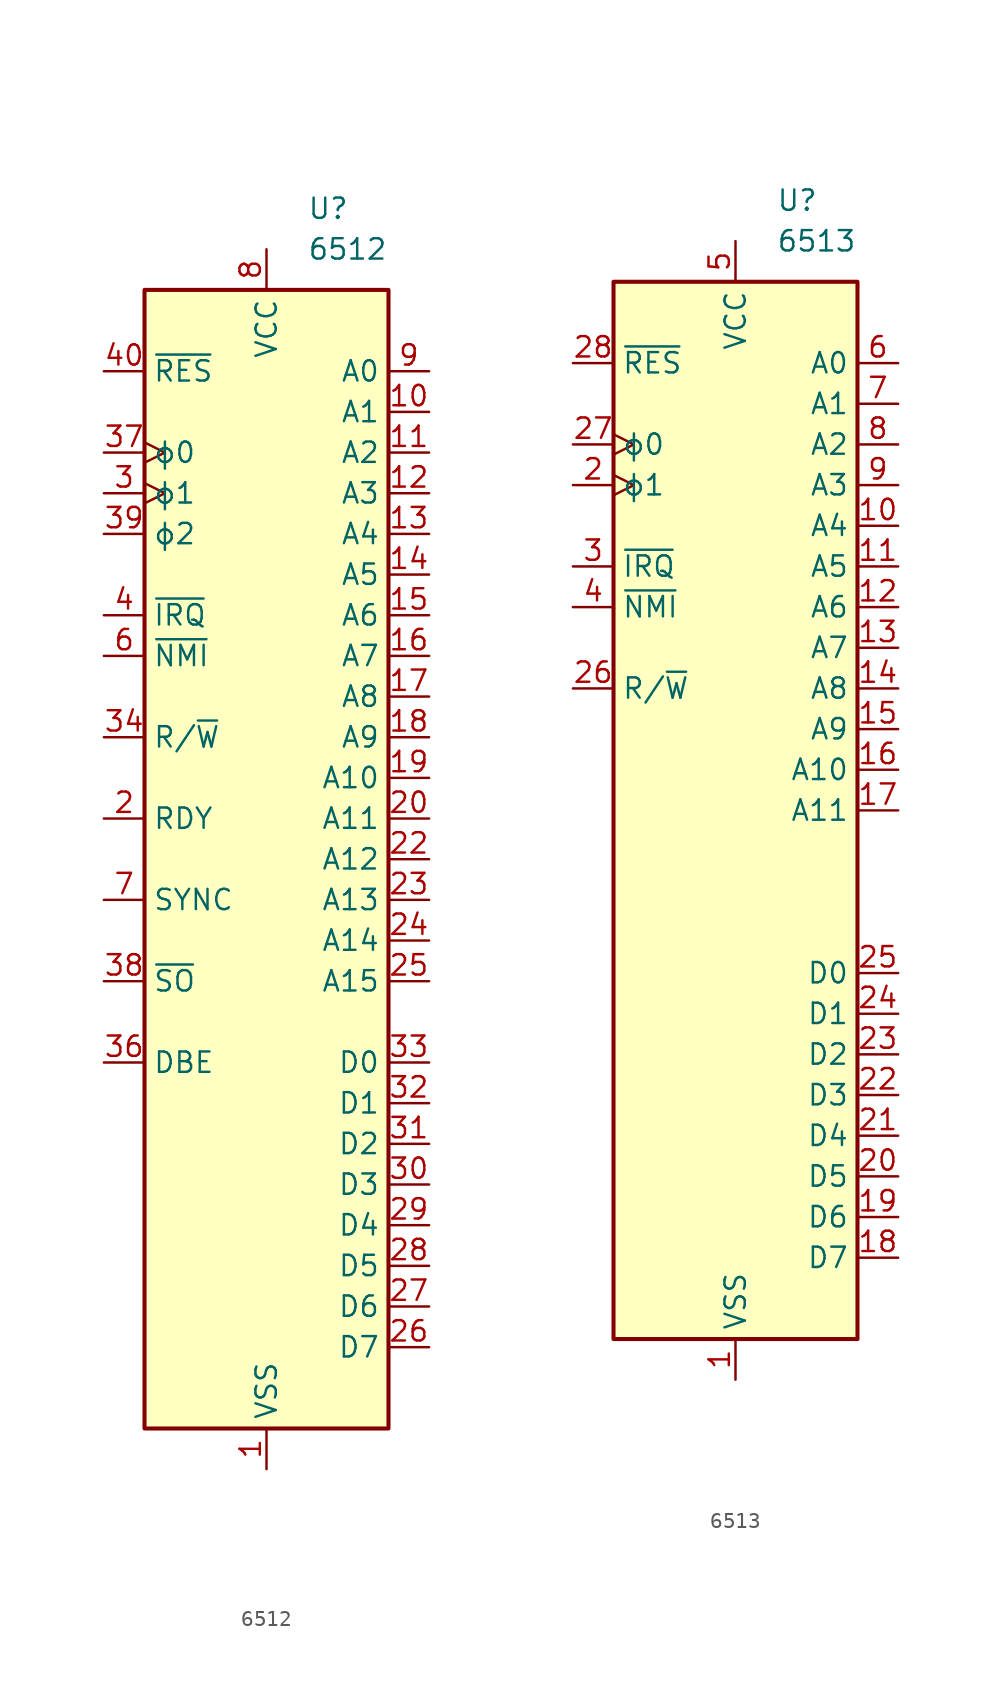
<source format=kicad_sym>
(kicad_symbol_lib
  (version 20220914)
  (generator kicad_symbol_editor)
  (symbol "6512"
    (property "Reference" "U"
      (at 2.54 40.64 0)
      (effects (font (size 1.27 1.27)) (justify left)))
    (property "Value" "6512"
      (at 2.54 38.1 0)
      (effects (font (size 1.27 1.27)) (justify left)))
    (symbol "6512_0_1"
      (rectangle (start -7.62 35.56) (end 7.62 -35.56) (stroke (width 0.254) (type default)) (fill (type background))))
    (symbol "6512_1_1"
      (pin power_in line (at 0 -38.1 90) (length 2.54) (name "VSS" (effects (font (size 1.27 1.27)))) (number "1" (effects (font (size 1.27 1.27)))))
      (pin output line (at 10.16 27.94 180) (length 2.54) (name "A1" (effects (font (size 1.27 1.27)))) (number "10" (effects (font (size 1.27 1.27)))))
      (pin output line (at 10.16 25.4 180) (length 2.54) (name "A2" (effects (font (size 1.27 1.27)))) (number "11" (effects (font (size 1.27 1.27)))))
      (pin output line (at 10.16 22.86 180) (length 2.54) (name "A3" (effects (font (size 1.27 1.27)))) (number "12" (effects (font (size 1.27 1.27)))))
      (pin output line (at 10.16 20.32 180) (length 2.54) (name "A4" (effects (font (size 1.27 1.27)))) (number "13" (effects (font (size 1.27 1.27)))))
      (pin output line (at 10.16 17.78 180) (length 2.54) (name "A5" (effects (font (size 1.27 1.27)))) (number "14" (effects (font (size 1.27 1.27)))))
      (pin output line (at 10.16 15.24 180) (length 2.54) (name "A6" (effects (font (size 1.27 1.27)))) (number "15" (effects (font (size 1.27 1.27)))))
      (pin output line (at 10.16 12.7 180) (length 2.54) (name "A7" (effects (font (size 1.27 1.27)))) (number "16" (effects (font (size 1.27 1.27)))))
      (pin output line (at 10.16 10.16 180) (length 2.54) (name "A8" (effects (font (size 1.27 1.27)))) (number "17" (effects (font (size 1.27 1.27)))))
      (pin output line (at 10.16 7.62 180) (length 2.54) (name "A9" (effects (font (size 1.27 1.27)))) (number "18" (effects (font (size 1.27 1.27)))))
      (pin output line (at 10.16 5.08 180) (length 2.54) (name "A10" (effects (font (size 1.27 1.27)))) (number "19" (effects (font (size 1.27 1.27)))))
      (pin input line (at -10.16 2.54 0) (length 2.54) (name "RDY" (effects (font (size 1.27 1.27)))) (number "2" (effects (font (size 1.27 1.27)))))
      (pin output line (at 10.16 2.54 180) (length 2.54) (name "A11" (effects (font (size 1.27 1.27)))) (number "20" (effects (font (size 1.27 1.27)))))
      (pin passive line (at 0 -38.1 90) (length 2.54) hide (name "VSS" (effects (font (size 1.27 1.27)))) (number "21" (effects (font (size 1.27 1.27)))))
      (pin output line (at 10.16 0 180) (length 2.54) (name "A12" (effects (font (size 1.27 1.27)))) (number "22" (effects (font (size 1.27 1.27)))))
      (pin output line (at 10.16 -2.54 180) (length 2.54) (name "A13" (effects (font (size 1.27 1.27)))) (number "23" (effects (font (size 1.27 1.27)))))
      (pin output line (at 10.16 -5.08 180) (length 2.54) (name "A14" (effects (font (size 1.27 1.27)))) (number "24" (effects (font (size 1.27 1.27)))))
      (pin output line (at 10.16 -7.62 180) (length 2.54) (name "A15" (effects (font (size 1.27 1.27)))) (number "25" (effects (font (size 1.27 1.27)))))
      (pin bidirectional line (at 10.16 -30.48 180) (length 2.54) (name "D7" (effects (font (size 1.27 1.27)))) (number "26" (effects (font (size 1.27 1.27)))))
      (pin bidirectional line (at 10.16 -27.94 180) (length 2.54) (name "D6" (effects (font (size 1.27 1.27)))) (number "27" (effects (font (size 1.27 1.27)))))
      (pin bidirectional line (at 10.16 -25.4 180) (length 2.54) (name "D5" (effects (font (size 1.27 1.27)))) (number "28" (effects (font (size 1.27 1.27)))))
      (pin bidirectional line (at 10.16 -22.86 180) (length 2.54) (name "D4" (effects (font (size 1.27 1.27)))) (number "29" (effects (font (size 1.27 1.27)))))
      (pin input clock (at -10.16 22.86 0) (length 2.54) (name "ϕ1" (effects (font (size 1.27 1.27)))) (number "3" (effects (font (size 1.27 1.27)))))
      (pin bidirectional line (at 10.16 -20.32 180) (length 2.54) (name "D3" (effects (font (size 1.27 1.27)))) (number "30" (effects (font (size 1.27 1.27)))))
      (pin bidirectional line (at 10.16 -17.78 180) (length 2.54) (name "D2" (effects (font (size 1.27 1.27)))) (number "31" (effects (font (size 1.27 1.27)))))
      (pin bidirectional line (at 10.16 -15.24 180) (length 2.54) (name "D1" (effects (font (size 1.27 1.27)))) (number "32" (effects (font (size 1.27 1.27)))))
      (pin bidirectional line (at 10.16 -12.7 180) (length 2.54) (name "D0" (effects (font (size 1.27 1.27)))) (number "33" (effects (font (size 1.27 1.27)))))
      (pin output line (at -10.16 7.62 0) (length 2.54) (name "R/~{W}" (effects (font (size 1.27 1.27)))) (number "34" (effects (font (size 1.27 1.27)))))
      (pin no_connect non_logic (at -7.62 -27.94 0) (length 2.54) hide (name "nc" (effects (font (size 1.27 1.27)))) (number "35" (effects (font (size 1.27 1.27)))))
      (pin input line (at -10.16 -12.7 0) (length 2.54) (name "DBE" (effects (font (size 1.27 1.27)))) (number "36" (effects (font (size 1.27 1.27)))))
      (pin input clock (at -10.16 25.4 0) (length 2.54) (name "ϕ0" (effects (font (size 1.27 1.27)))) (number "37" (effects (font (size 1.27 1.27)))))
      (pin input line (at -10.16 -7.62 0) (length 2.54) (name "~{SO}" (effects (font (size 1.27 1.27)))) (number "38" (effects (font (size 1.27 1.27)))))
      (pin output line (at -10.16 20.32 0) (length 2.54) (name "ϕ2" (effects (font (size 1.27 1.27)))) (number "39" (effects (font (size 1.27 1.27)))))
      (pin input line (at -10.16 15.24 0) (length 2.54) (name "~{IRQ}" (effects (font (size 1.27 1.27)))) (number "4" (effects (font (size 1.27 1.27)))))
      (pin input line (at -10.16 30.48 0) (length 2.54) (name "~{RES}" (effects (font (size 1.27 1.27)))) (number "40" (effects (font (size 1.27 1.27)))))
      (pin passive line (at 0 -38.1 90) (length 2.54) hide (name "VSS" (effects (font (size 1.27 1.27)))) (number "5" (effects (font (size 1.27 1.27)))))
      (pin input line (at -10.16 12.7 0) (length 2.54) (name "~{NMI}" (effects (font (size 1.27 1.27)))) (number "6" (effects (font (size 1.27 1.27)))))
      (pin output line (at -10.16 -2.54 0) (length 2.54) (name "SYNC" (effects (font (size 1.27 1.27)))) (number "7" (effects (font (size 1.27 1.27)))))
      (pin power_in line (at 0 38.1 270) (length 2.54) (name "VCC" (effects (font (size 1.27 1.27)))) (number "8" (effects (font (size 1.27 1.27)))))
      (pin output line (at 10.16 30.48 180) (length 2.54) (name "A0" (effects (font (size 1.27 1.27)))) (number "9" (effects (font (size 1.27 1.27)))))))
  (symbol "6513"
    (property "Reference" "U"
      (at 2.54 38.1 0)
      (effects (font (size 1.27 1.27)) (justify left)))
    (property "Value" "6513"
      (at 2.54 35.56 0)
      (effects (font (size 1.27 1.27)) (justify left)))
    (symbol "6513_0_1"
      (rectangle (start -7.62 33.02) (end 7.62 -33.02) (stroke (width 0.254) (type default)) (fill (type background))))
    (symbol "6513_1_1"
      (pin power_in line (at 0 -35.56 90) (length 2.54) (name "VSS" (effects (font (size 1.27 1.27)))) (number "1" (effects (font (size 1.27 1.27)))))
      (pin output line (at 10.16 17.78 180) (length 2.54) (name "A4" (effects (font (size 1.27 1.27)))) (number "10" (effects (font (size 1.27 1.27)))))
      (pin output line (at 10.16 15.24 180) (length 2.54) (name "A5" (effects (font (size 1.27 1.27)))) (number "11" (effects (font (size 1.27 1.27)))))
      (pin output line (at 10.16 12.7 180) (length 2.54) (name "A6" (effects (font (size 1.27 1.27)))) (number "12" (effects (font (size 1.27 1.27)))))
      (pin output line (at 10.16 10.16 180) (length 2.54) (name "A7" (effects (font (size 1.27 1.27)))) (number "13" (effects (font (size 1.27 1.27)))))
      (pin output line (at 10.16 7.62 180) (length 2.54) (name "A8" (effects (font (size 1.27 1.27)))) (number "14" (effects (font (size 1.27 1.27)))))
      (pin output line (at 10.16 5.08 180) (length 2.54) (name "A9" (effects (font (size 1.27 1.27)))) (number "15" (effects (font (size 1.27 1.27)))))
      (pin output line (at 10.16 2.54 180) (length 2.54) (name "A10" (effects (font (size 1.27 1.27)))) (number "16" (effects (font (size 1.27 1.27)))))
      (pin output line (at 10.16 0 180) (length 2.54) (name "A11" (effects (font (size 1.27 1.27)))) (number "17" (effects (font (size 1.27 1.27)))))
      (pin bidirectional line (at 10.16 -27.94 180) (length 2.54) (name "D7" (effects (font (size 1.27 1.27)))) (number "18" (effects (font (size 1.27 1.27)))))
      (pin bidirectional line (at 10.16 -25.4 180) (length 2.54) (name "D6" (effects (font (size 1.27 1.27)))) (number "19" (effects (font (size 1.27 1.27)))))
      (pin input clock (at -10.16 20.32 0) (length 2.54) (name "ϕ1" (effects (font (size 1.27 1.27)))) (number "2" (effects (font (size 1.27 1.27)))))
      (pin bidirectional line (at 10.16 -22.86 180) (length 2.54) (name "D5" (effects (font (size 1.27 1.27)))) (number "20" (effects (font (size 1.27 1.27)))))
      (pin bidirectional line (at 10.16 -20.32 180) (length 2.54) (name "D4" (effects (font (size 1.27 1.27)))) (number "21" (effects (font (size 1.27 1.27)))))
      (pin bidirectional line (at 10.16 -17.78 180) (length 2.54) (name "D3" (effects (font (size 1.27 1.27)))) (number "22" (effects (font (size 1.27 1.27)))))
      (pin bidirectional line (at 10.16 -15.24 180) (length 2.54) (name "D2" (effects (font (size 1.27 1.27)))) (number "23" (effects (font (size 1.27 1.27)))))
      (pin bidirectional line (at 10.16 -12.7 180) (length 2.54) (name "D1" (effects (font (size 1.27 1.27)))) (number "24" (effects (font (size 1.27 1.27)))))
      (pin bidirectional line (at 10.16 -10.16 180) (length 2.54) (name "D0" (effects (font (size 1.27 1.27)))) (number "25" (effects (font (size 1.27 1.27)))))
      (pin output line (at -10.16 7.62 0) (length 2.54) (name "R/~{W}" (effects (font (size 1.27 1.27)))) (number "26" (effects (font (size 1.27 1.27)))))
      (pin input clock (at -10.16 22.86 0) (length 2.54) (name "ϕ0" (effects (font (size 1.27 1.27)))) (number "27" (effects (font (size 1.27 1.27)))))
      (pin input line (at -10.16 27.94 0) (length 2.54) (name "~{RES}" (effects (font (size 1.27 1.27)))) (number "28" (effects (font (size 1.27 1.27)))))
      (pin input line (at -10.16 15.24 0) (length 2.54) (name "~{IRQ}" (effects (font (size 1.27 1.27)))) (number "3" (effects (font (size 1.27 1.27)))))
      (pin input line (at -10.16 12.7 0) (length 2.54) (name "~{NMI}" (effects (font (size 1.27 1.27)))) (number "4" (effects (font (size 1.27 1.27)))))
      (pin power_in line (at 0 35.56 270) (length 2.54) (name "VCC" (effects (font (size 1.27 1.27)))) (number "5" (effects (font (size 1.27 1.27)))))
      (pin output line (at 10.16 27.94 180) (length 2.54) (name "A0" (effects (font (size 1.27 1.27)))) (number "6" (effects (font (size 1.27 1.27)))))
      (pin output line (at 10.16 25.4 180) (length 2.54) (name "A1" (effects (font (size 1.27 1.27)))) (number "7" (effects (font (size 1.27 1.27)))))
      (pin output line (at 10.16 22.86 180) (length 2.54) (name "A2" (effects (font (size 1.27 1.27)))) (number "8" (effects (font (size 1.27 1.27)))))
      (pin output line (at 10.16 20.32 180) (length 2.54) (name "A3" (effects (font (size 1.27 1.27)))) (number "9" (effects (font (size 1.27 1.27))))))))
</source>
